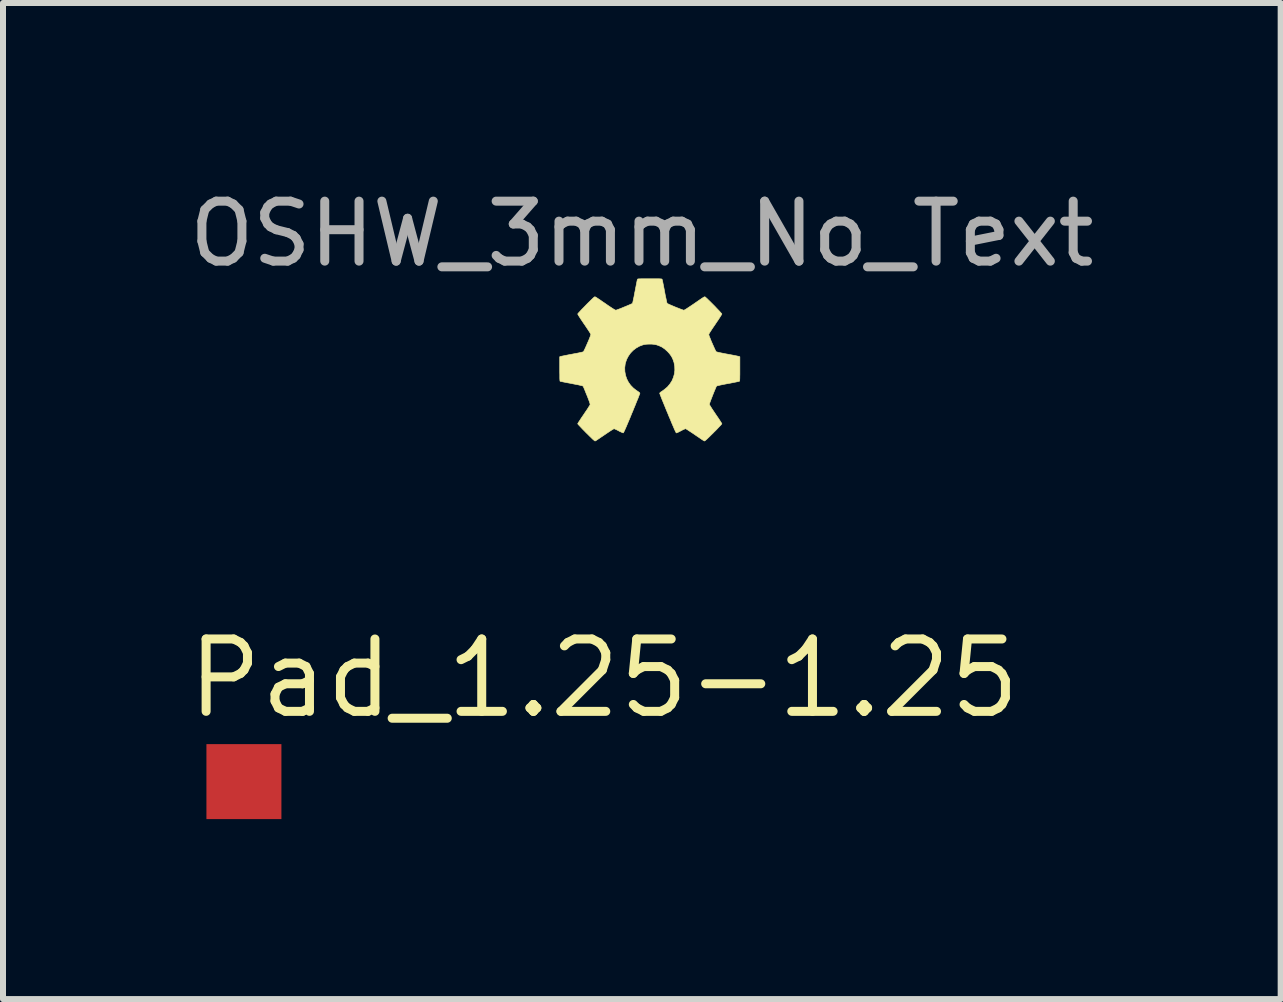
<source format=kicad_pcb>
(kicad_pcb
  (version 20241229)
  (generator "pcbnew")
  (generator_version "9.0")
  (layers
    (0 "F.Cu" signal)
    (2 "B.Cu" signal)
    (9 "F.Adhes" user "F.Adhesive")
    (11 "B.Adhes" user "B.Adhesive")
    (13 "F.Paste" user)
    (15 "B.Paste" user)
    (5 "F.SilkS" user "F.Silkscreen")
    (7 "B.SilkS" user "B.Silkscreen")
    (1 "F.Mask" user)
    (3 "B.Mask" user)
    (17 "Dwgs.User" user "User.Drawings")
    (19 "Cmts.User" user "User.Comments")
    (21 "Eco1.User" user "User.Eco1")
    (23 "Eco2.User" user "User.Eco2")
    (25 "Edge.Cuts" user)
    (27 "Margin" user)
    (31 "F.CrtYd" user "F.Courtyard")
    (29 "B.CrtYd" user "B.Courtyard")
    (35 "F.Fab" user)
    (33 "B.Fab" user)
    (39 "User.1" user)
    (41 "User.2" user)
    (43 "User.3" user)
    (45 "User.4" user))
  (footprint "OSHW_3mm_No_Text"
    (layer "F.Cu")
    (at 7.779 2.948)
    (property "Reference" "OSHW_3mm_No_Text" (at -0.13 -2.1 0) (layer "F.Fab") (effects (font (size 1 1) (thickness 0.15))))
    (attr through_hole)
    (fp_poly (pts (xy 0.053 -1.351) (xy 0.094 -1.351) (xy 0.127 -1.351) (xy 0.153 -1.351) (xy 0.172 -1.35) (xy 0.186 -1.349) (xy 0.196 -1.348) (xy 0.202 -1.347) (xy 0.205 -1.345) (xy 0.207 -1.343) (xy 0.208 -1.341) (xy 0.21 -1.334) (xy 0.214 -1.318) (xy 0.219 -1.295) (xy 0.225 -1.265) (xy 0.232 -1.229) (xy 0.24 -1.189) (xy 0.248 -1.147) (xy 0.249 -1.14) (xy 0.257 -1.096) (xy 0.265 -1.056) (xy 0.273 -1.021) (xy 0.279 -0.99) (xy 0.284 -0.966) (xy 0.289 -0.949) (xy 0.291 -0.941) (xy 0.292 -0.941) (xy 0.298 -0.937) (xy 0.313 -0.93) (xy 0.334 -0.92) (xy 0.36 -0.909) (xy 0.39 -0.896) (xy 0.421 -0.883) (xy 0.453 -0.87) (xy 0.484 -0.858) (xy 0.512 -0.847) (xy 0.537 -0.838) (xy 0.555 -0.831) (xy 0.567 -0.827) (xy 0.569 -0.827) (xy 0.576 -0.829) (xy 0.59 -0.836) (xy 0.61 -0.848) (xy 0.637 -0.866) (xy 0.672 -0.889) (xy 0.714 -0.917) (xy 0.739 -0.934) (xy 0.781 -0.963) (xy 0.816 -0.987) (xy 0.845 -1.007) (xy 0.867 -1.022) (xy 0.884 -1.033) (xy 0.897 -1.041) (xy 0.906 -1.046) (xy 0.912 -1.049) (xy 0.916 -1.05) (xy 0.92 -1.05) (xy 0.922 -1.05) (xy 0.924 -1.049) (xy 0.93 -1.045) (xy 0.942 -1.034) (xy 0.96 -1.018) (xy 0.981 -0.997) (xy 1.005 -0.974) (xy 1.032 -0.947) (xy 1.059 -0.92) (xy 1.087 -0.892) (xy 1.113 -0.864) (xy 1.138 -0.838) (xy 1.161 -0.814) (xy 1.179 -0.794) (xy 1.193 -0.778) (xy 1.202 -0.768) (xy 1.204 -0.764) (xy 1.201 -0.758) (xy 1.193 -0.744) (xy 1.181 -0.724) (xy 1.164 -0.698) (xy 1.145 -0.668) (xy 1.122 -0.635) (xy 1.098 -0.599) (xy 1.095 -0.594) (xy 1.062 -0.546) (xy 1.035 -0.506) (xy 1.014 -0.473) (xy 0.998 -0.448) (xy 0.989 -0.431) (xy 0.986 -0.422) (xy 0.986 -0.422) (xy 0.988 -0.413) (xy 0.993 -0.396) (xy 1.002 -0.374) (xy 1.013 -0.347) (xy 1.025 -0.316) (xy 1.039 -0.284) (xy 1.053 -0.252) (xy 1.067 -0.221) (xy 1.08 -0.192) (xy 1.091 -0.168) (xy 1.101 -0.149) (xy 1.108 -0.137) (xy 1.11 -0.134) (xy 1.117 -0.132) (xy 1.134 -0.128) (xy 1.157 -0.122) (xy 1.187 -0.116) (xy 1.222 -0.109) (xy 1.262 -0.101) (xy 1.301 -0.094) (xy 1.343 -0.086) (xy 1.382 -0.079) (xy 1.417 -0.072) (xy 1.447 -0.066) (xy 1.47 -0.061) (xy 1.486 -0.058) (xy 1.492 -0.056) (xy 1.504 -0.051) (xy 1.504 0.152) (xy 1.504 0.203) (xy 1.504 0.244) (xy 1.503 0.278) (xy 1.503 0.304) (xy 1.502 0.323) (xy 1.502 0.337) (xy 1.5 0.347) (xy 1.499 0.353) (xy 1.497 0.356) (xy 1.495 0.358) (xy 1.495 0.358) (xy 1.488 0.36) (xy 1.472 0.363) (xy 1.449 0.368) (xy 1.419 0.374) (xy 1.384 0.381) (xy 1.345 0.389) (xy 1.303 0.396) (xy 1.252 0.406) (xy 1.211 0.414) (xy 1.178 0.421) (xy 1.153 0.427) (xy 1.134 0.431) (xy 1.122 0.435) (xy 1.116 0.438) (xy 1.114 0.439) (xy 1.111 0.446) (xy 1.104 0.461) (xy 1.095 0.483) (xy 1.083 0.511) (xy 1.07 0.543) (xy 1.056 0.578) (xy 1.051 0.59) (xy 1.033 0.637) (xy 1.018 0.675) (xy 1.007 0.705) (xy 1 0.727) (xy 0.997 0.741) (xy 0.997 0.746) (xy 1 0.753) (xy 1.009 0.767) (xy 1.022 0.788) (xy 1.038 0.814) (xy 1.058 0.844) (xy 1.081 0.878) (xy 1.101 0.908) (xy 1.125 0.943) (xy 1.147 0.975) (xy 1.166 1.004) (xy 1.182 1.029) (xy 1.194 1.048) (xy 1.202 1.061) (xy 1.204 1.066) (xy 1.2 1.071) (xy 1.191 1.083) (xy 1.175 1.1) (xy 1.154 1.122) (xy 1.13 1.148) (xy 1.102 1.177) (xy 1.071 1.207) (xy 1.063 1.216) (xy 1.026 1.252) (xy 0.996 1.282) (xy 0.971 1.306) (xy 0.952 1.324) (xy 0.937 1.337) (xy 0.926 1.346) (xy 0.918 1.351) (xy 0.913 1.353) (xy 0.911 1.353) (xy 0.905 1.349) (xy 0.891 1.341) (xy 0.871 1.328) (xy 0.846 1.311) (xy 0.817 1.291) (xy 0.784 1.269) (xy 0.755 1.249) (xy 0.72 1.225) (xy 0.688 1.204) (xy 0.659 1.185) (xy 0.635 1.169) (xy 0.616 1.157) (xy 0.603 1.15) (xy 0.598 1.148) (xy 0.59 1.15) (xy 0.576 1.157) (xy 0.555 1.166) (xy 0.532 1.178) (xy 0.521 1.184) (xy 0.497 1.196) (xy 0.476 1.207) (xy 0.459 1.214) (xy 0.448 1.218) (xy 0.445 1.218) (xy 0.443 1.216) (xy 0.438 1.209) (xy 0.432 1.197) (xy 0.424 1.18) (xy 0.413 1.157) (xy 0.401 1.128) (xy 0.385 1.091) (xy 0.366 1.047) (xy 0.345 0.995) (xy 0.319 0.935) (xy 0.302 0.892) (xy 0.279 0.838) (xy 0.258 0.786) (xy 0.238 0.737) (xy 0.22 0.693) (xy 0.204 0.654) (xy 0.191 0.62) (xy 0.18 0.593) (xy 0.173 0.573) (xy 0.168 0.561) (xy 0.168 0.558) (xy 0.172 0.549) (xy 0.184 0.538) (xy 0.189 0.535) (xy 0.204 0.525) (xy 0.223 0.512) (xy 0.243 0.497) (xy 0.247 0.494) (xy 0.297 0.452) (xy 0.338 0.403) (xy 0.372 0.351) (xy 0.396 0.294) (xy 0.413 0.234) (xy 0.42 0.173) (xy 0.418 0.11) (xy 0.407 0.047) (xy 0.389 -0.006) (xy 0.373 -0.041) (xy 0.354 -0.072) (xy 0.331 -0.103) (xy 0.301 -0.136) (xy 0.295 -0.142) (xy 0.25 -0.182) (xy 0.203 -0.214) (xy 0.152 -0.237) (xy 0.114 -0.25) (xy 0.078 -0.257) (xy 0.036 -0.262) (xy -0.009 -0.262) (xy -0.053 -0.26) (xy -0.093 -0.254) (xy -0.109 -0.25) (xy -0.169 -0.228) (xy -0.224 -0.197) (xy -0.274 -0.159) (xy -0.318 -0.114) (xy -0.354 -0.063) (xy -0.383 -0.008) (xy -0.403 0.052) (xy -0.407 0.068) (xy -0.415 0.132) (xy -0.413 0.195) (xy -0.402 0.257) (xy -0.382 0.317) (xy -0.354 0.372) (xy -0.317 0.424) (xy -0.272 0.47) (xy -0.242 0.494) (xy -0.223 0.508) (xy -0.203 0.522) (xy -0.187 0.533) (xy -0.184 0.535) (xy -0.17 0.546) (xy -0.163 0.556) (xy -0.163 0.558) (xy -0.164 0.564) (xy -0.17 0.579) (xy -0.179 0.602) (xy -0.19 0.632) (xy -0.205 0.668) (xy -0.222 0.709) (xy -0.24 0.755) (xy -0.261 0.805) (xy -0.282 0.858) (xy -0.297 0.892) (xy -0.324 0.959) (xy -0.348 1.016) (xy -0.369 1.065) (xy -0.386 1.106) (xy -0.401 1.14) (xy -0.413 1.167) (xy -0.422 1.187) (xy -0.43 1.202) (xy -0.435 1.212) (xy -0.439 1.217) (xy -0.44 1.218) (xy -0.448 1.216) (xy -0.462 1.21) (xy -0.482 1.201) (xy -0.506 1.19) (xy -0.516 1.184) (xy -0.541 1.171) (xy -0.562 1.161) (xy -0.58 1.153) (xy -0.591 1.149) (xy -0.593 1.148) (xy -0.599 1.151) (xy -0.613 1.159) (xy -0.633 1.171) (xy -0.658 1.187) (xy -0.688 1.207) (xy -0.721 1.229) (xy -0.75 1.249) (xy -0.784 1.272) (xy -0.817 1.294) (xy -0.846 1.314) (xy -0.87 1.33) (xy -0.889 1.343) (xy -0.902 1.35) (xy -0.906 1.353) (xy -0.91 1.353) (xy -0.916 1.35) (xy -0.925 1.343) (xy -0.937 1.333) (xy -0.954 1.318) (xy -0.975 1.297) (xy -1.002 1.271) (xy -1.035 1.238) (xy -1.058 1.216) (xy -1.089 1.184) (xy -1.118 1.155) (xy -1.143 1.128) (xy -1.165 1.105) (xy -1.182 1.087) (xy -1.193 1.074) (xy -1.199 1.067) (xy -1.199 1.066) (xy -1.196 1.06) (xy -1.188 1.046) (xy -1.176 1.027) (xy -1.159 1.002) (xy -1.14 0.972) (xy -1.118 0.94) (xy -1.096 0.908) (xy -1.073 0.873) (xy -1.05 0.84) (xy -1.031 0.811) (xy -1.015 0.785) (xy -1.002 0.765) (xy -0.994 0.752) (xy -0.992 0.746) (xy -0.993 0.737) (xy -0.997 0.72) (xy -1.005 0.696) (xy -1.017 0.664) (xy -1.033 0.622) (xy -1.046 0.59) (xy -1.061 0.554) (xy -1.074 0.521) (xy -1.086 0.491) (xy -1.096 0.468) (xy -1.104 0.45) (xy -1.109 0.441) (xy -1.109 0.439) (xy -1.114 0.437) (xy -1.123 0.433) (xy -1.138 0.429) (xy -1.161 0.424) (xy -1.19 0.417) (xy -1.228 0.41) (xy -1.274 0.401) (xy -1.298 0.396) (xy -1.34 0.388) (xy -1.379 0.381) (xy -1.414 0.374) (xy -1.444 0.368) (xy -1.467 0.363) (xy -1.483 0.36) (xy -1.49 0.358) (xy -1.492 0.357) (xy -1.494 0.354) (xy -1.495 0.348) (xy -1.496 0.339) (xy -1.497 0.325) (xy -1.498 0.306) (xy -1.498 0.281) (xy -1.498 0.249) (xy -1.499 0.208) (xy -1.499 0.159) (xy -1.499 -0.051) (xy -1.487 -0.056) (xy -1.48 -0.058) (xy -1.463 -0.061) (xy -1.439 -0.066) (xy -1.409 -0.072) (xy -1.374 -0.079) (xy -1.334 -0.087) (xy -1.296 -0.094) (xy -1.254 -0.102) (xy -1.215 -0.109) (xy -1.18 -0.116) (xy -1.15 -0.123) (xy -1.127 -0.128) (xy -1.112 -0.132) (xy -1.105 -0.134) (xy -1.1 -0.141) (xy -1.093 -0.155) (xy -1.082 -0.176) (xy -1.07 -0.202) (xy -1.057 -0.231) (xy -1.043 -0.263) (xy -1.029 -0.295) (xy -1.015 -0.327) (xy -1.003 -0.357) (xy -0.993 -0.382) (xy -0.986 -0.403) (xy -0.981 -0.417) (xy -0.98 -0.422) (xy -0.983 -0.43) (xy -0.992 -0.447) (xy -1.007 -0.471) (xy -1.028 -0.503) (xy -1.055 -0.543) (xy -1.087 -0.591) (xy -1.09 -0.594) (xy -1.114 -0.63) (xy -1.137 -0.664) (xy -1.157 -0.694) (xy -1.174 -0.721) (xy -1.187 -0.741) (xy -1.195 -0.756) (xy -1.199 -0.764) (xy -1.199 -0.764) (xy -1.195 -0.77) (xy -1.186 -0.781) (xy -1.17 -0.798) (xy -1.151 -0.819) (xy -1.128 -0.844) (xy -1.102 -0.87) (xy -1.075 -0.898) (xy -1.048 -0.926) (xy -1.02 -0.954) (xy -0.994 -0.979) (xy -0.971 -1.002) (xy -0.95 -1.022) (xy -0.934 -1.037) (xy -0.923 -1.046) (xy -0.918 -1.049) (xy -0.916 -1.05) (xy -0.912 -1.05) (xy -0.908 -1.05) (xy -0.903 -1.047) (xy -0.894 -1.043) (xy -0.883 -1.036) (xy -0.867 -1.025) (xy -0.847 -1.012) (xy -0.82 -0.994) (xy -0.788 -0.971) (xy -0.747 -0.944) (xy -0.733 -0.934) (xy -0.687 -0.902) (xy -0.649 -0.877) (xy -0.618 -0.856) (xy -0.594 -0.842) (xy -0.577 -0.832) (xy -0.567 -0.828) (xy -0.564 -0.827) (xy -0.556 -0.829) (xy -0.54 -0.835) (xy -0.518 -0.843) (xy -0.491 -0.853) (xy -0.461 -0.865) (xy -0.43 -0.878) (xy -0.398 -0.891) (xy -0.367 -0.904) (xy -0.339 -0.916) (xy -0.316 -0.926) (xy -0.298 -0.934) (xy -0.288 -0.94) (xy -0.286 -0.941) (xy -0.284 -0.947) (xy -0.28 -0.962) (xy -0.275 -0.985) (xy -0.269 -1.015) (xy -0.261 -1.05) (xy -0.254 -1.089) (xy -0.246 -1.132) (xy -0.244 -1.139) (xy -0.236 -1.183) (xy -0.228 -1.223) (xy -0.221 -1.259) (xy -0.215 -1.29) (xy -0.21 -1.315) (xy -0.206 -1.332) (xy -0.203 -1.341) (xy -0.203 -1.341) (xy -0.201 -1.344) (xy -0.199 -1.346) (xy -0.194 -1.348) (xy -0.186 -1.349) (xy -0.175 -1.35) (xy -0.158 -1.35) (xy -0.136 -1.351) (xy -0.106 -1.351) (xy -0.07 -1.351) (xy -0.024 -1.351) (xy 0.003 -1.351) (xy 0.053 -1.351)) (stroke (width 0.01) (type solid)) (fill yes) (layer "F.SilkS")))
  (footprint "Pad_1.25-1.25"
    (layer "F.Cu")
    (at 1.016 9.979)
    (property "Reference" "Pad_1.25-1.25" (at -1.016 -1.016 180) (layer "F.SilkS") (effects (font (size 1.206 1.206) (thickness 0.15)) (justify left bottom)))
    (attr through_hole)
    (pad "1" smd rect (at 0 0) (size 1.25 1.25) (layers "F.Cu" "F.Mask" "F.Paste")))
  (gr_rect
    (start -3 -3)
    (end 18.298 13.604)
    (stroke (width 0.1) (type default))
    (fill no)
    (layer "Edge.Cuts")))
</source>
